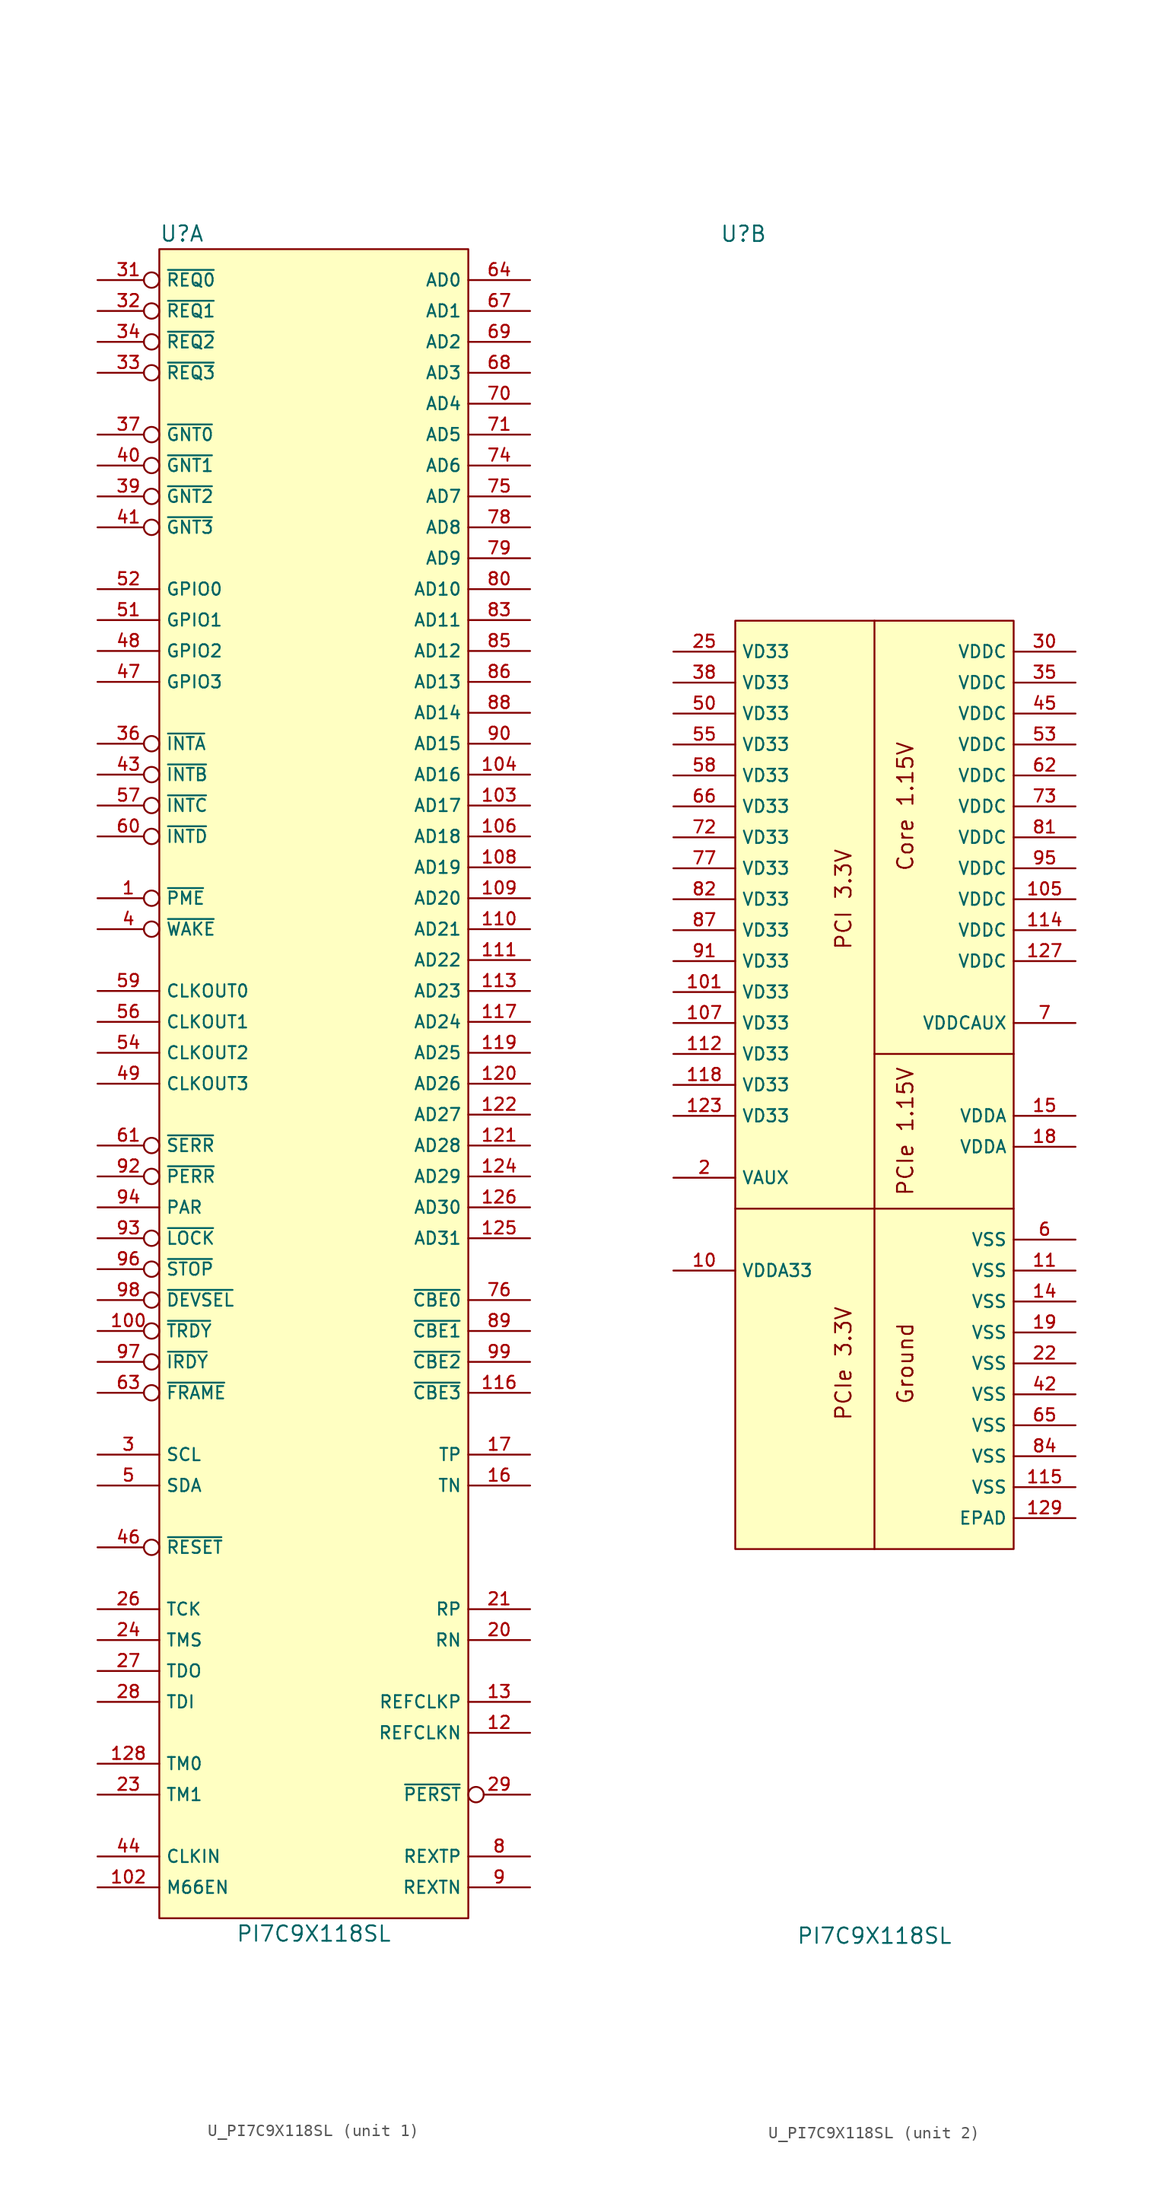
<source format=kicad_sym>
(kicad_symbol_lib
  (version 20220914)
  (generator kicad_symbol_editor)
  (symbol "U_PI7C9X118SL"
    (property "Reference" "U"
      (at -12.7 69.85 0)
      (effects (font (size 1.27 1.27)) (justify left)))
    (property "Value" "PI7C9X118SL"
      (at 0 -69.85 0)
      (effects (font (size 1.27 1.27))))
    (property "ki_locked" ""
      (at 0 0 0)
      (effects (font (size 1.27 1.27))))
    (symbol "U_PI7C9X118SL_1_1"
      (rectangle (start -12.7 68.58) (end 12.7 -68.58) (stroke (width 0) (type default)) (fill (type background)))
      (pin input inverted (at -17.78 15.24 0) (length 5.08) (name "~{PME}" (effects (font (size 1.016 1.016)))) (number "1" (effects (font (size 1.016 1.016)))))
      (pin input inverted (at -17.78 -20.32 0) (length 5.08) (name "~{TRDY}" (effects (font (size 1.016 1.016)))) (number "100" (effects (font (size 1.016 1.016)))))
      (pin input line (at -17.78 -66.04 0) (length 5.08) (name "M66EN" (effects (font (size 1.016 1.016)))) (number "102" (effects (font (size 1.016 1.016)))))
      (pin bidirectional line (at 17.78 22.86 180) (length 5.08) (name "AD17" (effects (font (size 1.016 1.016)))) (number "103" (effects (font (size 1.016 1.016)))))
      (pin bidirectional line (at 17.78 25.4 180) (length 5.08) (name "AD16" (effects (font (size 1.016 1.016)))) (number "104" (effects (font (size 1.016 1.016)))))
      (pin bidirectional line (at 17.78 20.32 180) (length 5.08) (name "AD18" (effects (font (size 1.016 1.016)))) (number "106" (effects (font (size 1.016 1.016)))))
      (pin bidirectional line (at 17.78 17.78 180) (length 5.08) (name "AD19" (effects (font (size 1.016 1.016)))) (number "108" (effects (font (size 1.016 1.016)))))
      (pin bidirectional line (at 17.78 15.24 180) (length 5.08) (name "AD20" (effects (font (size 1.016 1.016)))) (number "109" (effects (font (size 1.016 1.016)))))
      (pin bidirectional line (at 17.78 12.7 180) (length 5.08) (name "AD21" (effects (font (size 1.016 1.016)))) (number "110" (effects (font (size 1.016 1.016)))))
      (pin bidirectional line (at 17.78 10.16 180) (length 5.08) (name "AD22" (effects (font (size 1.016 1.016)))) (number "111" (effects (font (size 1.016 1.016)))))
      (pin bidirectional line (at 17.78 7.62 180) (length 5.08) (name "AD23" (effects (font (size 1.016 1.016)))) (number "113" (effects (font (size 1.016 1.016)))))
      (pin bidirectional line (at 17.78 -25.4 180) (length 5.08) (name "~{CBE3}" (effects (font (size 1.016 1.016)))) (number "116" (effects (font (size 1.016 1.016)))))
      (pin bidirectional line (at 17.78 5.08 180) (length 5.08) (name "AD24" (effects (font (size 1.016 1.016)))) (number "117" (effects (font (size 1.016 1.016)))))
      (pin bidirectional line (at 17.78 2.54 180) (length 5.08) (name "AD25" (effects (font (size 1.016 1.016)))) (number "119" (effects (font (size 1.016 1.016)))))
      (pin input line (at 17.78 -53.34 180) (length 5.08) (name "REFCLKN" (effects (font (size 1.016 1.016)))) (number "12" (effects (font (size 1.016 1.016)))))
      (pin bidirectional line (at 17.78 0 180) (length 5.08) (name "AD26" (effects (font (size 1.016 1.016)))) (number "120" (effects (font (size 1.016 1.016)))))
      (pin bidirectional line (at 17.78 -5.08 180) (length 5.08) (name "AD28" (effects (font (size 1.016 1.016)))) (number "121" (effects (font (size 1.016 1.016)))))
      (pin bidirectional line (at 17.78 -2.54 180) (length 5.08) (name "AD27" (effects (font (size 1.016 1.016)))) (number "122" (effects (font (size 1.016 1.016)))))
      (pin bidirectional line (at 17.78 -7.62 180) (length 5.08) (name "AD29" (effects (font (size 1.016 1.016)))) (number "124" (effects (font (size 1.016 1.016)))))
      (pin bidirectional line (at 17.78 -12.7 180) (length 5.08) (name "AD31" (effects (font (size 1.016 1.016)))) (number "125" (effects (font (size 1.016 1.016)))))
      (pin bidirectional line (at 17.78 -10.16 180) (length 5.08) (name "AD30" (effects (font (size 1.016 1.016)))) (number "126" (effects (font (size 1.016 1.016)))))
      (pin input line (at -17.78 -55.88 0) (length 5.08) (name "TM0" (effects (font (size 1.016 1.016)))) (number "128" (effects (font (size 1.016 1.016)))))
      (pin input line (at 17.78 -50.8 180) (length 5.08) (name "REFCLKP" (effects (font (size 1.016 1.016)))) (number "13" (effects (font (size 1.016 1.016)))))
      (pin output line (at 17.78 -33.02 180) (length 5.08) (name "TN" (effects (font (size 1.016 1.016)))) (number "16" (effects (font (size 1.016 1.016)))))
      (pin output line (at 17.78 -30.48 180) (length 5.08) (name "TP" (effects (font (size 1.016 1.016)))) (number "17" (effects (font (size 1.016 1.016)))))
      (pin input line (at 17.78 -45.72 180) (length 5.08) (name "RN" (effects (font (size 1.016 1.016)))) (number "20" (effects (font (size 1.016 1.016)))))
      (pin input line (at 17.78 -43.18 180) (length 5.08) (name "RP" (effects (font (size 1.016 1.016)))) (number "21" (effects (font (size 1.016 1.016)))))
      (pin input line (at -17.78 -58.42 0) (length 5.08) (name "TM1" (effects (font (size 1.016 1.016)))) (number "23" (effects (font (size 1.016 1.016)))))
      (pin input line (at -17.78 -45.72 0) (length 5.08) (name "TMS" (effects (font (size 1.016 1.016)))) (number "24" (effects (font (size 1.016 1.016)))))
      (pin input line (at -17.78 -43.18 0) (length 5.08) (name "TCK" (effects (font (size 1.016 1.016)))) (number "26" (effects (font (size 1.016 1.016)))))
      (pin output line (at -17.78 -48.26 0) (length 5.08) (name "TDO" (effects (font (size 1.016 1.016)))) (number "27" (effects (font (size 1.016 1.016)))))
      (pin input line (at -17.78 -50.8 0) (length 5.08) (name "TDI" (effects (font (size 1.016 1.016)))) (number "28" (effects (font (size 1.016 1.016)))))
      (pin input inverted (at 17.78 -58.42 180) (length 5.08) (name "~{PERST}" (effects (font (size 1.016 1.016)))) (number "29" (effects (font (size 1.016 1.016)))))
      (pin bidirectional line (at -17.78 -30.48 0) (length 5.08) (name "SCL" (effects (font (size 1.016 1.016)))) (number "3" (effects (font (size 1.016 1.016)))))
      (pin input inverted (at -17.78 66.04 0) (length 5.08) (name "~{REQ0}" (effects (font (size 1.016 1.016)))) (number "31" (effects (font (size 1.016 1.016)))))
      (pin input inverted (at -17.78 63.5 0) (length 5.08) (name "~{REQ1}" (effects (font (size 1.016 1.016)))) (number "32" (effects (font (size 1.016 1.016)))))
      (pin input inverted (at -17.78 58.42 0) (length 5.08) (name "~{REQ3}" (effects (font (size 1.016 1.016)))) (number "33" (effects (font (size 1.016 1.016)))))
      (pin input inverted (at -17.78 60.96 0) (length 5.08) (name "~{REQ2}" (effects (font (size 1.016 1.016)))) (number "34" (effects (font (size 1.016 1.016)))))
      (pin input inverted (at -17.78 27.94 0) (length 5.08) (name "~{INTA}" (effects (font (size 1.016 1.016)))) (number "36" (effects (font (size 1.016 1.016)))))
      (pin output inverted (at -17.78 53.34 0) (length 5.08) (name "~{GNT0}" (effects (font (size 1.016 1.016)))) (number "37" (effects (font (size 1.016 1.016)))))
      (pin output inverted (at -17.78 48.26 0) (length 5.08) (name "~{GNT2}" (effects (font (size 1.016 1.016)))) (number "39" (effects (font (size 1.016 1.016)))))
      (pin output inverted (at -17.78 12.7 0) (length 5.08) (name "~{WAKE}" (effects (font (size 1.016 1.016)))) (number "4" (effects (font (size 1.016 1.016)))))
      (pin output inverted (at -17.78 50.8 0) (length 5.08) (name "~{GNT1}" (effects (font (size 1.016 1.016)))) (number "40" (effects (font (size 1.016 1.016)))))
      (pin output inverted (at -17.78 45.72 0) (length 5.08) (name "~{GNT3}" (effects (font (size 1.016 1.016)))) (number "41" (effects (font (size 1.016 1.016)))))
      (pin input inverted (at -17.78 25.4 0) (length 5.08) (name "~{INTB}" (effects (font (size 1.016 1.016)))) (number "43" (effects (font (size 1.016 1.016)))))
      (pin input line (at -17.78 -63.5 0) (length 5.08) (name "CLKIN" (effects (font (size 1.016 1.016)))) (number "44" (effects (font (size 1.016 1.016)))))
      (pin output inverted (at -17.78 -38.1 0) (length 5.08) (name "~{RESET}" (effects (font (size 1.016 1.016)))) (number "46" (effects (font (size 1.016 1.016)))))
      (pin bidirectional line (at -17.78 33.02 0) (length 5.08) (name "GPIO3" (effects (font (size 1.016 1.016)))) (number "47" (effects (font (size 1.016 1.016)))))
      (pin bidirectional line (at -17.78 35.56 0) (length 5.08) (name "GPIO2" (effects (font (size 1.016 1.016)))) (number "48" (effects (font (size 1.016 1.016)))))
      (pin output line (at -17.78 0 0) (length 5.08) (name "CLKOUT3" (effects (font (size 1.016 1.016)))) (number "49" (effects (font (size 1.016 1.016)))))
      (pin bidirectional line (at -17.78 -33.02 0) (length 5.08) (name "SDA" (effects (font (size 1.016 1.016)))) (number "5" (effects (font (size 1.016 1.016)))))
      (pin bidirectional line (at -17.78 38.1 0) (length 5.08) (name "GPIO1" (effects (font (size 1.016 1.016)))) (number "51" (effects (font (size 1.016 1.016)))))
      (pin bidirectional line (at -17.78 40.64 0) (length 5.08) (name "GPIO0" (effects (font (size 1.016 1.016)))) (number "52" (effects (font (size 1.016 1.016)))))
      (pin output line (at -17.78 2.54 0) (length 5.08) (name "CLKOUT2" (effects (font (size 1.016 1.016)))) (number "54" (effects (font (size 1.016 1.016)))))
      (pin output line (at -17.78 5.08 0) (length 5.08) (name "CLKOUT1" (effects (font (size 1.016 1.016)))) (number "56" (effects (font (size 1.016 1.016)))))
      (pin input inverted (at -17.78 22.86 0) (length 5.08) (name "~{INTC}" (effects (font (size 1.016 1.016)))) (number "57" (effects (font (size 1.016 1.016)))))
      (pin output line (at -17.78 7.62 0) (length 5.08) (name "CLKOUT0" (effects (font (size 1.016 1.016)))) (number "59" (effects (font (size 1.016 1.016)))))
      (pin input inverted (at -17.78 20.32 0) (length 5.08) (name "~{INTD}" (effects (font (size 1.016 1.016)))) (number "60" (effects (font (size 1.016 1.016)))))
      (pin input inverted (at -17.78 -5.08 0) (length 5.08) (name "~{SERR}" (effects (font (size 1.016 1.016)))) (number "61" (effects (font (size 1.016 1.016)))))
      (pin output inverted (at -17.78 -25.4 0) (length 5.08) (name "~{FRAME}" (effects (font (size 1.016 1.016)))) (number "63" (effects (font (size 1.016 1.016)))))
      (pin bidirectional line (at 17.78 66.04 180) (length 5.08) (name "AD0" (effects (font (size 1.016 1.016)))) (number "64" (effects (font (size 1.016 1.016)))))
      (pin bidirectional line (at 17.78 63.5 180) (length 5.08) (name "AD1" (effects (font (size 1.016 1.016)))) (number "67" (effects (font (size 1.016 1.016)))))
      (pin bidirectional line (at 17.78 58.42 180) (length 5.08) (name "AD3" (effects (font (size 1.016 1.016)))) (number "68" (effects (font (size 1.016 1.016)))))
      (pin bidirectional line (at 17.78 60.96 180) (length 5.08) (name "AD2" (effects (font (size 1.016 1.016)))) (number "69" (effects (font (size 1.016 1.016)))))
      (pin bidirectional line (at 17.78 55.88 180) (length 5.08) (name "AD4" (effects (font (size 1.016 1.016)))) (number "70" (effects (font (size 1.016 1.016)))))
      (pin bidirectional line (at 17.78 53.34 180) (length 5.08) (name "AD5" (effects (font (size 1.016 1.016)))) (number "71" (effects (font (size 1.016 1.016)))))
      (pin bidirectional line (at 17.78 50.8 180) (length 5.08) (name "AD6" (effects (font (size 1.016 1.016)))) (number "74" (effects (font (size 1.016 1.016)))))
      (pin bidirectional line (at 17.78 48.26 180) (length 5.08) (name "AD7" (effects (font (size 1.016 1.016)))) (number "75" (effects (font (size 1.016 1.016)))))
      (pin bidirectional line (at 17.78 -17.78 180) (length 5.08) (name "~{CBE0}" (effects (font (size 1.016 1.016)))) (number "76" (effects (font (size 1.016 1.016)))))
      (pin bidirectional line (at 17.78 45.72 180) (length 5.08) (name "AD8" (effects (font (size 1.016 1.016)))) (number "78" (effects (font (size 1.016 1.016)))))
      (pin bidirectional line (at 17.78 43.18 180) (length 5.08) (name "AD9" (effects (font (size 1.016 1.016)))) (number "79" (effects (font (size 1.016 1.016)))))
      (pin input line (at 17.78 -63.5 180) (length 5.08) (name "REXTP" (effects (font (size 1.016 1.016)))) (number "8" (effects (font (size 1.016 1.016)))))
      (pin bidirectional line (at 17.78 40.64 180) (length 5.08) (name "AD10" (effects (font (size 1.016 1.016)))) (number "80" (effects (font (size 1.016 1.016)))))
      (pin bidirectional line (at 17.78 38.1 180) (length 5.08) (name "AD11" (effects (font (size 1.016 1.016)))) (number "83" (effects (font (size 1.016 1.016)))))
      (pin bidirectional line (at 17.78 35.56 180) (length 5.08) (name "AD12" (effects (font (size 1.016 1.016)))) (number "85" (effects (font (size 1.016 1.016)))))
      (pin bidirectional line (at 17.78 33.02 180) (length 5.08) (name "AD13" (effects (font (size 1.016 1.016)))) (number "86" (effects (font (size 1.016 1.016)))))
      (pin bidirectional line (at 17.78 30.48 180) (length 5.08) (name "AD14" (effects (font (size 1.016 1.016)))) (number "88" (effects (font (size 1.016 1.016)))))
      (pin bidirectional line (at 17.78 -20.32 180) (length 5.08) (name "~{CBE1}" (effects (font (size 1.016 1.016)))) (number "89" (effects (font (size 1.016 1.016)))))
      (pin input line (at 17.78 -66.04 180) (length 5.08) (name "REXTN" (effects (font (size 1.016 1.016)))) (number "9" (effects (font (size 1.016 1.016)))))
      (pin bidirectional line (at 17.78 27.94 180) (length 5.08) (name "AD15" (effects (font (size 1.016 1.016)))) (number "90" (effects (font (size 1.016 1.016)))))
      (pin input inverted (at -17.78 -7.62 0) (length 5.08) (name "~{PERR}" (effects (font (size 1.016 1.016)))) (number "92" (effects (font (size 1.016 1.016)))))
      (pin output inverted (at -17.78 -12.7 0) (length 5.08) (name "~{LOCK}" (effects (font (size 1.016 1.016)))) (number "93" (effects (font (size 1.016 1.016)))))
      (pin output line (at -17.78 -10.16 0) (length 5.08) (name "PAR" (effects (font (size 1.016 1.016)))) (number "94" (effects (font (size 1.016 1.016)))))
      (pin input inverted (at -17.78 -15.24 0) (length 5.08) (name "~{STOP}" (effects (font (size 1.016 1.016)))) (number "96" (effects (font (size 1.016 1.016)))))
      (pin output inverted (at -17.78 -22.86 0) (length 5.08) (name "~{IRDY}" (effects (font (size 1.016 1.016)))) (number "97" (effects (font (size 1.016 1.016)))))
      (pin input inverted (at -17.78 -17.78 0) (length 5.08) (name "~{DEVSEL}" (effects (font (size 1.016 1.016)))) (number "98" (effects (font (size 1.016 1.016)))))
      (pin bidirectional line (at 17.78 -22.86 180) (length 5.08) (name "~{CBE2}" (effects (font (size 1.016 1.016)))) (number "99" (effects (font (size 1.016 1.016))))))
    (symbol "U_PI7C9X118SL_2_1"
      (rectangle (start -11.43 38.1) (end 11.43 -38.1) (stroke (width 0) (type default)) (fill (type background)))
      (polyline (pts (xy 0 -10.16) (xy 0 -38.1)) (stroke (width 0) (type default)) (fill (type none)))
      (polyline (pts (xy 0 -10.16) (xy 11.43 -10.16)) (stroke (width 0) (type default)) (fill (type none)))
      (polyline (pts (xy 11.43 2.54) (xy 0 2.54)) (stroke (width 0) (type default)) (fill (type none)))
      (polyline (pts (xy -11.43 -10.16) (xy 0 -10.16) (xy 0 38.1)) (stroke (width 0) (type default)) (fill (type none)))
      (text "Core 1.15V" (at 2.54 22.86 900) (effects (font (size 1.27 1.27))))
      (text "Ground" (at 2.54 -22.86 900) (effects (font (size 1.27 1.27))))
      (text "PCI 3.3V" (at -2.54 15.24 900) (effects (font (size 1.27 1.27))))
      (text "PCIe 1.15V" (at 2.54 -3.81 900) (effects (font (size 1.27 1.27))))
      (text "PCIe 3.3V" (at -2.54 -22.86 900) (effects (font (size 1.27 1.27))))
      (pin power_in line (at -16.51 -15.24 0) (length 5.08) (name "VDDA33" (effects (font (size 1.016 1.016)))) (number "10" (effects (font (size 1.016 1.016)))))
      (pin power_in line (at -16.51 7.62 0) (length 5.08) (name "VD33" (effects (font (size 1.016 1.016)))) (number "101" (effects (font (size 1.016 1.016)))))
      (pin power_in line (at 16.51 15.24 180) (length 5.08) (name "VDDC" (effects (font (size 1.016 1.016)))) (number "105" (effects (font (size 1.016 1.016)))))
      (pin power_in line (at -16.51 5.08 0) (length 5.08) (name "VD33" (effects (font (size 1.016 1.016)))) (number "107" (effects (font (size 1.016 1.016)))))
      (pin power_in line (at 16.51 -15.24 180) (length 5.08) (name "VSS" (effects (font (size 1.016 1.016)))) (number "11" (effects (font (size 1.016 1.016)))))
      (pin power_in line (at -16.51 2.54 0) (length 5.08) (name "VD33" (effects (font (size 1.016 1.016)))) (number "112" (effects (font (size 1.016 1.016)))))
      (pin power_in line (at 16.51 12.7 180) (length 5.08) (name "VDDC" (effects (font (size 1.016 1.016)))) (number "114" (effects (font (size 1.016 1.016)))))
      (pin power_in line (at 16.51 -33.02 180) (length 5.08) (name "VSS" (effects (font (size 1.016 1.016)))) (number "115" (effects (font (size 1.016 1.016)))))
      (pin power_in line (at -16.51 0 0) (length 5.08) (name "VD33" (effects (font (size 1.016 1.016)))) (number "118" (effects (font (size 1.016 1.016)))))
      (pin power_in line (at -16.51 -2.54 0) (length 5.08) (name "VD33" (effects (font (size 1.016 1.016)))) (number "123" (effects (font (size 1.016 1.016)))))
      (pin power_in line (at 16.51 10.16 180) (length 5.08) (name "VDDC" (effects (font (size 1.016 1.016)))) (number "127" (effects (font (size 1.016 1.016)))))
      (pin power_in line (at 16.51 -35.56 180) (length 5.08) (name "EPAD" (effects (font (size 1.016 1.016)))) (number "129" (effects (font (size 1.016 1.016)))))
      (pin power_in line (at 16.51 -17.78 180) (length 5.08) (name "VSS" (effects (font (size 1.016 1.016)))) (number "14" (effects (font (size 1.016 1.016)))))
      (pin power_in line (at 16.51 -2.54 180) (length 5.08) (name "VDDA" (effects (font (size 1.016 1.016)))) (number "15" (effects (font (size 1.016 1.016)))))
      (pin power_in line (at 16.51 -5.08 180) (length 5.08) (name "VDDA" (effects (font (size 1.016 1.016)))) (number "18" (effects (font (size 1.016 1.016)))))
      (pin power_in line (at 16.51 -20.32 180) (length 5.08) (name "VSS" (effects (font (size 1.016 1.016)))) (number "19" (effects (font (size 1.016 1.016)))))
      (pin power_in line (at -16.51 -7.62 0) (length 5.08) (name "VAUX" (effects (font (size 1.016 1.016)))) (number "2" (effects (font (size 1.016 1.016)))))
      (pin power_in line (at 16.51 -22.86 180) (length 5.08) (name "VSS" (effects (font (size 1.016 1.016)))) (number "22" (effects (font (size 1.016 1.016)))))
      (pin power_in line (at -16.51 35.56 0) (length 5.08) (name "VD33" (effects (font (size 1.016 1.016)))) (number "25" (effects (font (size 1.016 1.016)))))
      (pin power_in line (at 16.51 35.56 180) (length 5.08) (name "VDDC" (effects (font (size 1.016 1.016)))) (number "30" (effects (font (size 1.016 1.016)))))
      (pin power_in line (at 16.51 33.02 180) (length 5.08) (name "VDDC" (effects (font (size 1.016 1.016)))) (number "35" (effects (font (size 1.016 1.016)))))
      (pin power_in line (at -16.51 33.02 0) (length 5.08) (name "VD33" (effects (font (size 1.016 1.016)))) (number "38" (effects (font (size 1.016 1.016)))))
      (pin power_in line (at 16.51 -25.4 180) (length 5.08) (name "VSS" (effects (font (size 1.016 1.016)))) (number "42" (effects (font (size 1.016 1.016)))))
      (pin power_in line (at 16.51 30.48 180) (length 5.08) (name "VDDC" (effects (font (size 1.016 1.016)))) (number "45" (effects (font (size 1.016 1.016)))))
      (pin power_in line (at -16.51 30.48 0) (length 5.08) (name "VD33" (effects (font (size 1.016 1.016)))) (number "50" (effects (font (size 1.016 1.016)))))
      (pin power_in line (at 16.51 27.94 180) (length 5.08) (name "VDDC" (effects (font (size 1.016 1.016)))) (number "53" (effects (font (size 1.016 1.016)))))
      (pin power_in line (at -16.51 27.94 0) (length 5.08) (name "VD33" (effects (font (size 1.016 1.016)))) (number "55" (effects (font (size 1.016 1.016)))))
      (pin power_in line (at -16.51 25.4 0) (length 5.08) (name "VD33" (effects (font (size 1.016 1.016)))) (number "58" (effects (font (size 1.016 1.016)))))
      (pin power_in line (at 16.51 -12.7 180) (length 5.08) (name "VSS" (effects (font (size 1.016 1.016)))) (number "6" (effects (font (size 1.016 1.016)))))
      (pin power_in line (at 16.51 25.4 180) (length 5.08) (name "VDDC" (effects (font (size 1.016 1.016)))) (number "62" (effects (font (size 1.016 1.016)))))
      (pin power_in line (at 16.51 -27.94 180) (length 5.08) (name "VSS" (effects (font (size 1.016 1.016)))) (number "65" (effects (font (size 1.016 1.016)))))
      (pin power_in line (at -16.51 22.86 0) (length 5.08) (name "VD33" (effects (font (size 1.016 1.016)))) (number "66" (effects (font (size 1.016 1.016)))))
      (pin power_in line (at 16.51 5.08 180) (length 5.08) (name "VDDCAUX" (effects (font (size 1.016 1.016)))) (number "7" (effects (font (size 1.016 1.016)))))
      (pin power_in line (at -16.51 20.32 0) (length 5.08) (name "VD33" (effects (font (size 1.016 1.016)))) (number "72" (effects (font (size 1.016 1.016)))))
      (pin power_in line (at 16.51 22.86 180) (length 5.08) (name "VDDC" (effects (font (size 1.016 1.016)))) (number "73" (effects (font (size 1.016 1.016)))))
      (pin power_in line (at -16.51 17.78 0) (length 5.08) (name "VD33" (effects (font (size 1.016 1.016)))) (number "77" (effects (font (size 1.016 1.016)))))
      (pin power_in line (at 16.51 20.32 180) (length 5.08) (name "VDDC" (effects (font (size 1.016 1.016)))) (number "81" (effects (font (size 1.016 1.016)))))
      (pin power_in line (at -16.51 15.24 0) (length 5.08) (name "VD33" (effects (font (size 1.016 1.016)))) (number "82" (effects (font (size 1.016 1.016)))))
      (pin power_in line (at 16.51 -30.48 180) (length 5.08) (name "VSS" (effects (font (size 1.016 1.016)))) (number "84" (effects (font (size 1.016 1.016)))))
      (pin power_in line (at -16.51 12.7 0) (length 5.08) (name "VD33" (effects (font (size 1.016 1.016)))) (number "87" (effects (font (size 1.016 1.016)))))
      (pin power_in line (at -16.51 10.16 0) (length 5.08) (name "VD33" (effects (font (size 1.016 1.016)))) (number "91" (effects (font (size 1.016 1.016)))))
      (pin power_in line (at 16.51 17.78 180) (length 5.08) (name "VDDC" (effects (font (size 1.016 1.016)))) (number "95" (effects (font (size 1.016 1.016))))))))
</source>
